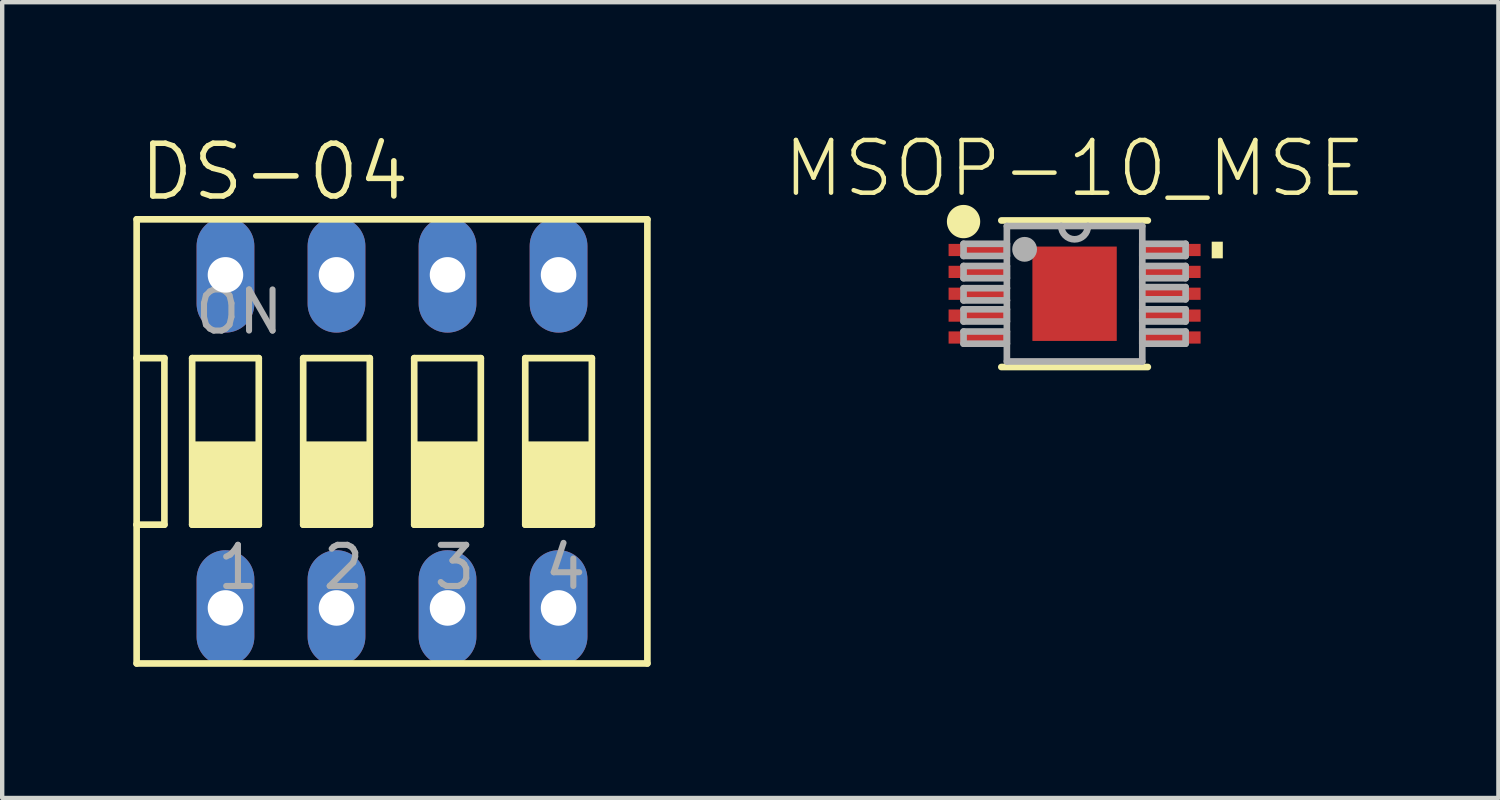
<source format=kicad_pcb>
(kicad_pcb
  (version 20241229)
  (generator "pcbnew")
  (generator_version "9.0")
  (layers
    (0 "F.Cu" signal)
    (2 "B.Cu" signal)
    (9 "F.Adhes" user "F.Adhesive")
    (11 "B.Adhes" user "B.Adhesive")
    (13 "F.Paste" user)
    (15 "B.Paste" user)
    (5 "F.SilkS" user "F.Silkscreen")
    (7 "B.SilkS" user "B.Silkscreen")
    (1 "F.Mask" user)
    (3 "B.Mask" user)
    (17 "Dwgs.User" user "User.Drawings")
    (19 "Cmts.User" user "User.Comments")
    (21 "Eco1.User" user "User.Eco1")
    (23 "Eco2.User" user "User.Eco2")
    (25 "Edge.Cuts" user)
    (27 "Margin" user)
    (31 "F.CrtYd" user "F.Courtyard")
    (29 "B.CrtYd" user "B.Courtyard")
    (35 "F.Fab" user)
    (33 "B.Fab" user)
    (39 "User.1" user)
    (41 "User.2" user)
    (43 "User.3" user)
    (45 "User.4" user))
  (footprint "DS-04"
    (layer "F.Cu")
    (at 5.918 7.048)
    (property "Reference" "DS-04" (at -5.842 -5.461 0) (layer "F.SilkS") (effects (font (size 1.206 1.206) (thickness 0.127)) (justify left bottom)))
    (attr through_hole)
    (fp_line (start -5.842 -5.08) (end -5.842 -1.905) (stroke (width 0.152) (type solid)) (layer "F.SilkS"))
    (fp_line (start -5.842 -1.905) (end -5.842 1.905) (stroke (width 0.152) (type solid)) (layer "F.SilkS"))
    (fp_line (start -5.842 -1.905) (end -5.207 -1.905) (stroke (width 0.152) (type solid)) (layer "F.SilkS"))
    (fp_line (start -5.842 1.905) (end -5.842 5.08) (stroke (width 0.152) (type solid)) (layer "F.SilkS"))
    (fp_line (start -5.842 1.905) (end -5.207 1.905) (stroke (width 0.152) (type solid)) (layer "F.SilkS"))
    (fp_line (start -5.842 5.08) (end 5.842 5.08) (stroke (width 0.152) (type solid)) (layer "F.SilkS"))
    (fp_line (start -5.207 1.905) (end -5.207 -1.905) (stroke (width 0.152) (type solid)) (layer "F.SilkS"))
    (fp_line (start -4.572 -1.905) (end -4.572 1.905) (stroke (width 0.152) (type solid)) (layer "F.SilkS"))
    (fp_line (start -4.572 -1.905) (end -3.048 -1.905) (stroke (width 0.152) (type solid)) (layer "F.SilkS"))
    (fp_line (start -3.048 1.905) (end -4.572 1.905) (stroke (width 0.152) (type solid)) (layer "F.SilkS"))
    (fp_line (start -3.048 1.905) (end -3.048 -1.905) (stroke (width 0.152) (type solid)) (layer "F.SilkS"))
    (fp_line (start -2.032 -1.905) (end -2.032 1.905) (stroke (width 0.152) (type solid)) (layer "F.SilkS"))
    (fp_line (start -2.032 -1.905) (end -0.508 -1.905) (stroke (width 0.152) (type solid)) (layer "F.SilkS"))
    (fp_line (start -0.508 1.905) (end -2.032 1.905) (stroke (width 0.152) (type solid)) (layer "F.SilkS"))
    (fp_line (start -0.508 1.905) (end -0.508 -1.905) (stroke (width 0.152) (type solid)) (layer "F.SilkS"))
    (fp_line (start 0.508 -1.905) (end 0.508 1.905) (stroke (width 0.152) (type solid)) (layer "F.SilkS"))
    (fp_line (start 0.508 -1.905) (end 2.032 -1.905) (stroke (width 0.152) (type solid)) (layer "F.SilkS"))
    (fp_line (start 2.032 1.905) (end 0.508 1.905) (stroke (width 0.152) (type solid)) (layer "F.SilkS"))
    (fp_line (start 2.032 1.905) (end 2.032 -1.905) (stroke (width 0.152) (type solid)) (layer "F.SilkS"))
    (fp_line (start 3.048 -1.905) (end 3.048 1.905) (stroke (width 0.152) (type solid)) (layer "F.SilkS"))
    (fp_line (start 3.048 -1.905) (end 4.572 -1.905) (stroke (width 0.152) (type solid)) (layer "F.SilkS"))
    (fp_line (start 4.572 1.905) (end 3.048 1.905) (stroke (width 0.152) (type solid)) (layer "F.SilkS"))
    (fp_line (start 4.572 1.905) (end 4.572 -1.905) (stroke (width 0.152) (type solid)) (layer "F.SilkS"))
    (fp_line (start 5.842 -5.08) (end -5.842 -5.08) (stroke (width 0.152) (type solid)) (layer "F.SilkS"))
    (fp_line (start 5.842 5.08) (end 5.842 -5.08) (stroke (width 0.152) (type solid)) (layer "F.SilkS"))
    (fp_poly (pts (xy -4.572 1.905) (xy -3.048 1.905) (xy -3.048 0) (xy -4.572 0)) (stroke (width 0) (type solid)) (fill yes) (layer "F.SilkS"))
    (fp_poly (pts (xy -2.032 1.905) (xy -0.508 1.905) (xy -0.508 0) (xy -2.032 0)) (stroke (width 0) (type solid)) (fill yes) (layer "F.SilkS"))
    (fp_poly (pts (xy 0.508 1.905) (xy 2.032 1.905) (xy 2.032 0) (xy 0.508 0)) (stroke (width 0) (type solid)) (fill yes) (layer "F.SilkS"))
    (fp_poly (pts (xy 3.048 1.905) (xy 4.572 1.905) (xy 4.572 0) (xy 3.048 0)) (stroke (width 0) (type solid)) (fill yes) (layer "F.SilkS"))
    (fp_text user "3" (at 0.889 3.429 0) (layer "F.Fab") (effects (font (size 0.941 0.941) (thickness 0.139)) (justify left bottom)))
    (fp_text user "2" (at -1.651 3.429 0) (layer "F.Fab") (effects (font (size 0.941 0.941) (thickness 0.139)) (justify left bottom)))
    (fp_text user "1" (at -4.064 3.429 0) (layer "F.Fab") (effects (font (size 0.941 0.941) (thickness 0.139)) (justify left bottom)))
    (fp_text user "4" (at 3.429 3.429 0) (layer "F.Fab") (effects (font (size 0.941 0.941) (thickness 0.139)) (justify left bottom)))
    (fp_text user "ON" (at -4.572 -2.413 0) (layer "F.Fab") (effects (font (size 0.941 0.941) (thickness 0.139)) (justify left bottom)))
    (pad "1" thru_hole oval (at -3.81 3.81 90) (size 2.642 1.321) (drill 0.813) (layers "*.Cu" "*.Mask"))
    (pad "2" thru_hole oval (at -1.27 3.81 90) (size 2.642 1.321) (drill 0.813) (layers "*.Cu" "*.Mask"))
    (pad "3" thru_hole oval (at 1.27 3.81 90) (size 2.642 1.321) (drill 0.813) (layers "*.Cu" "*.Mask"))
    (pad "4" thru_hole oval (at 3.81 3.81 90) (size 2.642 1.321) (drill 0.813) (layers "*.Cu" "*.Mask"))
    (pad "5" thru_hole oval (at 3.81 -3.81 90) (size 2.642 1.321) (drill 0.813) (layers "*.Cu" "*.Mask"))
    (pad "6" thru_hole oval (at 1.27 -3.81 90) (size 2.642 1.321) (drill 0.813) (layers "*.Cu" "*.Mask"))
    (pad "7" thru_hole oval (at -1.27 -3.81 90) (size 2.642 1.321) (drill 0.813) (layers "*.Cu" "*.Mask"))
    (pad "8" thru_hole oval (at -3.81 -3.81 90) (size 2.642 1.321) (drill 0.813) (layers "*.Cu" "*.Mask")))
  (footprint "MSOP-10_MSE"
    (layer "F.Cu")
    (at 21.533 3.67)
    (property "Reference" "MSOP-10_MSE" (at 0 -2.159 0) (layer "F.SilkS") (effects (font (size 1.206 1.206) (thickness 0.102)) (justify bottom)))
    (attr through_hole)
    (fp_line (start -1.676 1.676) (end 1.676 1.676) (stroke (width 0.152) (type solid)) (layer "F.SilkS"))
    (fp_line (start 1.676 -1.676) (end -1.676 -1.676) (stroke (width 0.152) (type solid)) (layer "F.SilkS"))
    (fp_circle (center -2.54 -1.651) (end -2.159 -1.651) (stroke (width 0) (type solid)) (fill yes) (layer "F.SilkS"))
    (fp_poly (pts (xy 3.391 -1.191) (xy 3.391 -0.81) (xy 3.137 -0.81) (xy 3.137 -1.191)) (stroke (width 0) (type solid)) (fill yes) (layer "F.SilkS"))
    (fp_poly (pts (xy -0.965 -1.079) (xy -0.965 1.079) (xy 0.965 1.079) (xy 0.965 -1.079)) (stroke (width 0) (type solid)) (fill yes) (layer "F.Paste"))
    (fp_line (start -2.54 -1.143) (end -2.54 -0.864) (stroke (width 0.152) (type solid)) (layer "F.Fab"))
    (fp_line (start -2.54 -0.864) (end -1.549 -0.864) (stroke (width 0.152) (type solid)) (layer "F.Fab"))
    (fp_line (start -2.54 -0.635) (end -2.54 -0.356) (stroke (width 0.152) (type solid)) (layer "F.Fab"))
    (fp_line (start -2.54 -0.356) (end -1.549 -0.356) (stroke (width 0.152) (type solid)) (layer "F.Fab"))
    (fp_line (start -2.54 -0.127) (end -2.54 0.152) (stroke (width 0.152) (type solid)) (layer "F.Fab"))
    (fp_line (start -2.54 0.152) (end -1.549 0.152) (stroke (width 0.152) (type solid)) (layer "F.Fab"))
    (fp_line (start -2.54 0.356) (end -2.54 0.635) (stroke (width 0.152) (type solid)) (layer "F.Fab"))
    (fp_line (start -2.54 0.635) (end -1.549 0.635) (stroke (width 0.152) (type solid)) (layer "F.Fab"))
    (fp_line (start -2.54 0.864) (end -2.54 1.143) (stroke (width 0.152) (type solid)) (layer "F.Fab"))
    (fp_line (start -2.54 1.143) (end -1.549 1.143) (stroke (width 0.152) (type solid)) (layer "F.Fab"))
    (fp_line (start -1.549 -1.549) (end -1.549 -0.127) (stroke (width 0.152) (type solid)) (layer "F.Fab"))
    (fp_line (start -1.549 -1.143) (end -2.54 -1.143) (stroke (width 0.152) (type solid)) (layer "F.Fab"))
    (fp_line (start -1.549 -0.864) (end -1.549 -1.143) (stroke (width 0.152) (type solid)) (layer "F.Fab"))
    (fp_line (start -1.549 -0.635) (end -2.54 -0.635) (stroke (width 0.152) (type solid)) (layer "F.Fab"))
    (fp_line (start -1.549 -0.356) (end -1.549 -0.635) (stroke (width 0.152) (type solid)) (layer "F.Fab"))
    (fp_line (start -1.549 -0.127) (end -2.54 -0.127) (stroke (width 0.152) (type solid)) (layer "F.Fab"))
    (fp_line (start -1.549 0.152) (end -1.549 -0.127) (stroke (width 0.152) (type solid)) (layer "F.Fab"))
    (fp_line (start -1.549 0.152) (end -1.549 1.549) (stroke (width 0.152) (type solid)) (layer "F.Fab"))
    (fp_line (start -1.549 0.356) (end -2.54 0.356) (stroke (width 0.152) (type solid)) (layer "F.Fab"))
    (fp_line (start -1.549 0.635) (end -1.549 0.356) (stroke (width 0.152) (type solid)) (layer "F.Fab"))
    (fp_line (start -1.549 0.864) (end -2.54 0.864) (stroke (width 0.152) (type solid)) (layer "F.Fab"))
    (fp_line (start -1.549 1.143) (end -1.549 0.864) (stroke (width 0.152) (type solid)) (layer "F.Fab"))
    (fp_line (start -1.549 1.549) (end 1.549 1.549) (stroke (width 0.152) (type solid)) (layer "F.Fab"))
    (fp_line (start -0.305 -1.549) (end -1.549 -1.549) (stroke (width 0.152) (type solid)) (layer "F.Fab"))
    (fp_line (start 0.305 -1.549) (end -0.305 -1.549) (stroke (width 0.152) (type solid)) (layer "F.Fab"))
    (fp_line (start 1.549 -1.549) (end 0.305 -1.549) (stroke (width 0.152) (type solid)) (layer "F.Fab"))
    (fp_line (start 1.549 -1.143) (end 1.549 -0.864) (stroke (width 0.152) (type solid)) (layer "F.Fab"))
    (fp_line (start 1.549 -0.864) (end 2.54 -0.864) (stroke (width 0.152) (type solid)) (layer "F.Fab"))
    (fp_line (start 1.549 -0.635) (end 1.549 -0.356) (stroke (width 0.152) (type solid)) (layer "F.Fab"))
    (fp_line (start 1.549 -0.356) (end 2.54 -0.356) (stroke (width 0.152) (type solid)) (layer "F.Fab"))
    (fp_line (start 1.549 -0.152) (end 1.549 -1.549) (stroke (width 0.152) (type solid)) (layer "F.Fab"))
    (fp_line (start 1.549 -0.152) (end 1.549 0.127) (stroke (width 0.152) (type solid)) (layer "F.Fab"))
    (fp_line (start 1.549 0.127) (end 2.54 0.127) (stroke (width 0.152) (type solid)) (layer "F.Fab"))
    (fp_line (start 1.549 0.356) (end 1.549 0.635) (stroke (width 0.152) (type solid)) (layer "F.Fab"))
    (fp_line (start 1.549 0.635) (end 2.54 0.635) (stroke (width 0.152) (type solid)) (layer "F.Fab"))
    (fp_line (start 1.549 0.864) (end 1.549 1.143) (stroke (width 0.152) (type solid)) (layer "F.Fab"))
    (fp_line (start 1.549 1.143) (end 2.54 1.143) (stroke (width 0.152) (type solid)) (layer "F.Fab"))
    (fp_line (start 1.549 1.549) (end 1.549 0.127) (stroke (width 0.152) (type solid)) (layer "F.Fab"))
    (fp_line (start 2.54 -1.143) (end 1.549 -1.143) (stroke (width 0.152) (type solid)) (layer "F.Fab"))
    (fp_line (start 2.54 -0.864) (end 2.54 -1.143) (stroke (width 0.152) (type solid)) (layer "F.Fab"))
    (fp_line (start 2.54 -0.635) (end 1.549 -0.635) (stroke (width 0.152) (type solid)) (layer "F.Fab"))
    (fp_line (start 2.54 -0.356) (end 2.54 -0.635) (stroke (width 0.152) (type solid)) (layer "F.Fab"))
    (fp_line (start 2.54 -0.152) (end 1.549 -0.152) (stroke (width 0.152) (type solid)) (layer "F.Fab"))
    (fp_line (start 2.54 0.127) (end 2.54 -0.152) (stroke (width 0.152) (type solid)) (layer "F.Fab"))
    (fp_line (start 2.54 0.356) (end 1.549 0.356) (stroke (width 0.152) (type solid)) (layer "F.Fab"))
    (fp_line (start 2.54 0.635) (end 2.54 0.356) (stroke (width 0.152) (type solid)) (layer "F.Fab"))
    (fp_line (start 2.54 0.864) (end 1.549 0.864) (stroke (width 0.152) (type solid)) (layer "F.Fab"))
    (fp_line (start 2.54 1.143) (end 2.54 0.864) (stroke (width 0.152) (type solid)) (layer "F.Fab"))
    (fp_arc (start 0.3048 -1.5494) (mid 0 -1.2446) (end -0.3048 -1.5494) (stroke (width 0.1524) (type solid)) (layer "F.Fab"))
    (fp_circle (center -1.143 -1.016) (end -0.859 -1.016) (stroke (width 0) (type solid)) (fill yes) (layer "F.Fab"))
    (pad "1" smd rect (at -2.184 -1.001) (size 1.397 0.279) (layers "F.Cu" "F.Mask" "F.Paste"))
    (pad "2" smd rect (at -2.184 -0.5) (size 1.397 0.279) (layers "F.Cu" "F.Mask" "F.Paste"))
    (pad "3" smd rect (at -2.184 0) (size 1.397 0.279) (layers "F.Cu" "F.Mask" "F.Paste"))
    (pad "4" smd rect (at -2.184 0.5) (size 1.397 0.279) (layers "F.Cu" "F.Mask" "F.Paste"))
    (pad "5" smd rect (at -2.184 1.001) (size 1.397 0.279) (layers "F.Cu" "F.Mask" "F.Paste"))
    (pad "6" smd rect (at 2.184 1.001) (size 1.397 0.279) (layers "F.Cu" "F.Mask" "F.Paste"))
    (pad "7" smd rect (at 2.184 0.5) (size 1.397 0.279) (layers "F.Cu" "F.Mask" "F.Paste"))
    (pad "8" smd rect (at 2.184 0) (size 1.397 0.279) (layers "F.Cu" "F.Mask" "F.Paste"))
    (pad "9" smd rect (at 2.184 -0.5) (size 1.397 0.279) (layers "F.Cu" "F.Mask" "F.Paste"))
    (pad "10" smd rect (at 2.184 -1.001) (size 1.397 0.279) (layers "F.Cu" "F.Mask" "F.Paste"))
    (pad "11" smd rect (at 0 0) (size 1.93 2.159) (layers "F.Cu" "F.Mask" "F.Paste")))
  (gr_rect
    (start -3 -3)
    (end 31.229 15.205)
    (stroke (width 0.1) (type default))
    (fill no)
    (layer "Edge.Cuts")))
</source>
